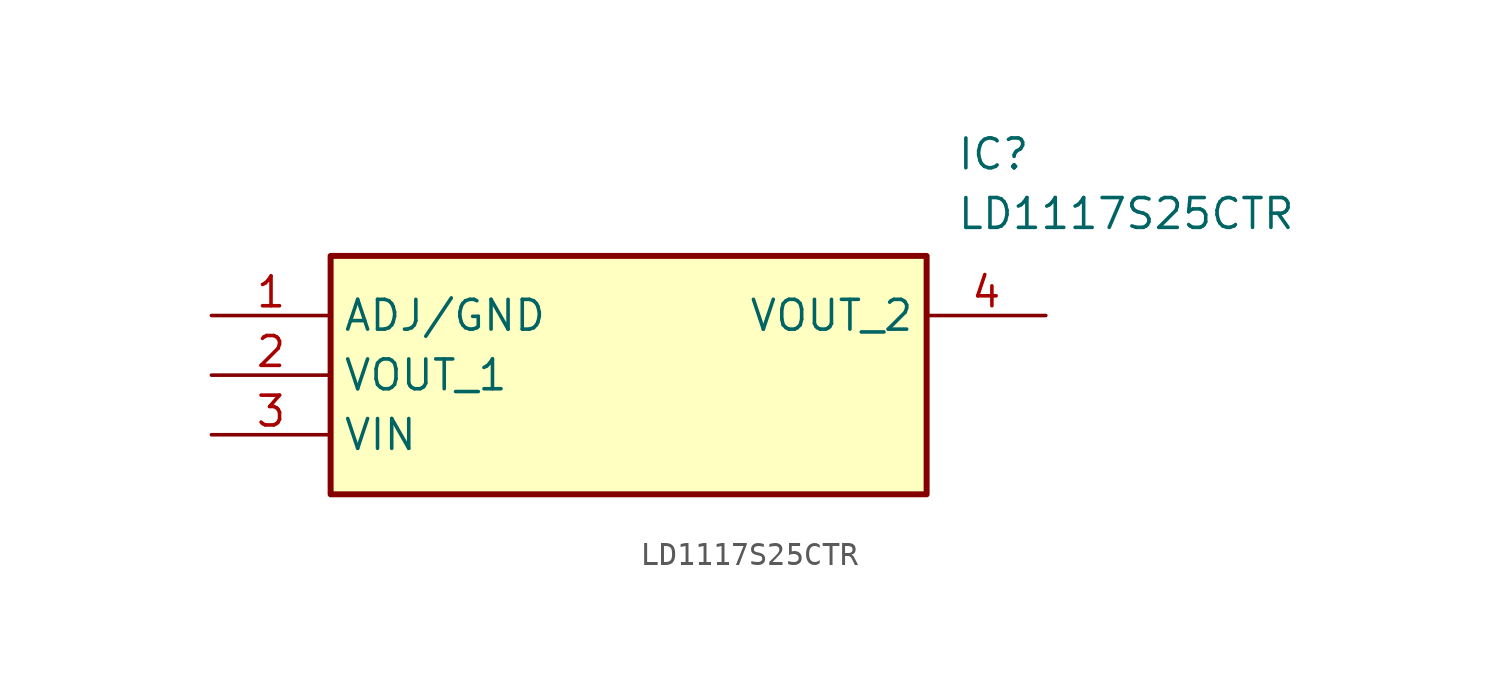
<source format=kicad_sym>
(kicad_symbol_lib
  (version 20211014)
  (generator SamacSys_ECAD_Model)
  (symbol "LD1117S25CTR"
    (property "Reference" "IC"
      (at 31.75 7.62 0)
      (effects (font (size 1.27 1.27)) (justify left top)))
    (property "Value" "LD1117S25CTR"
      (at 31.75 5.08 0)
      (effects (font (size 1.27 1.27)) (justify left top)))
    (rectangle
      (start 5.08 2.54)
      (end 30.48 -7.62)
      (stroke (width 0.254) (type default))
      (fill (type background)))
    (pin passive line
      (at 0 0 0)
      (length 5.08)
      (name "ADJ/GND" (effects (font (size 1.27 1.27))))
      (number "1" (effects (font (size 1.27 1.27)))))
    (pin passive line
      (at 0 -2.54 0)
      (length 5.08)
      (name "VOUT_1" (effects (font (size 1.27 1.27))))
      (number "2" (effects (font (size 1.27 1.27)))))
    (pin passive line
      (at 0 -5.08 0)
      (length 5.08)
      (name "VIN" (effects (font (size 1.27 1.27))))
      (number "3" (effects (font (size 1.27 1.27)))))
    (pin passive line
      (at 35.56 0 180)
      (length 5.08)
      (name "VOUT_2" (effects (font (size 1.27 1.27))))
      (number "4" (effects (font (size 1.27 1.27)))))))
</source>
